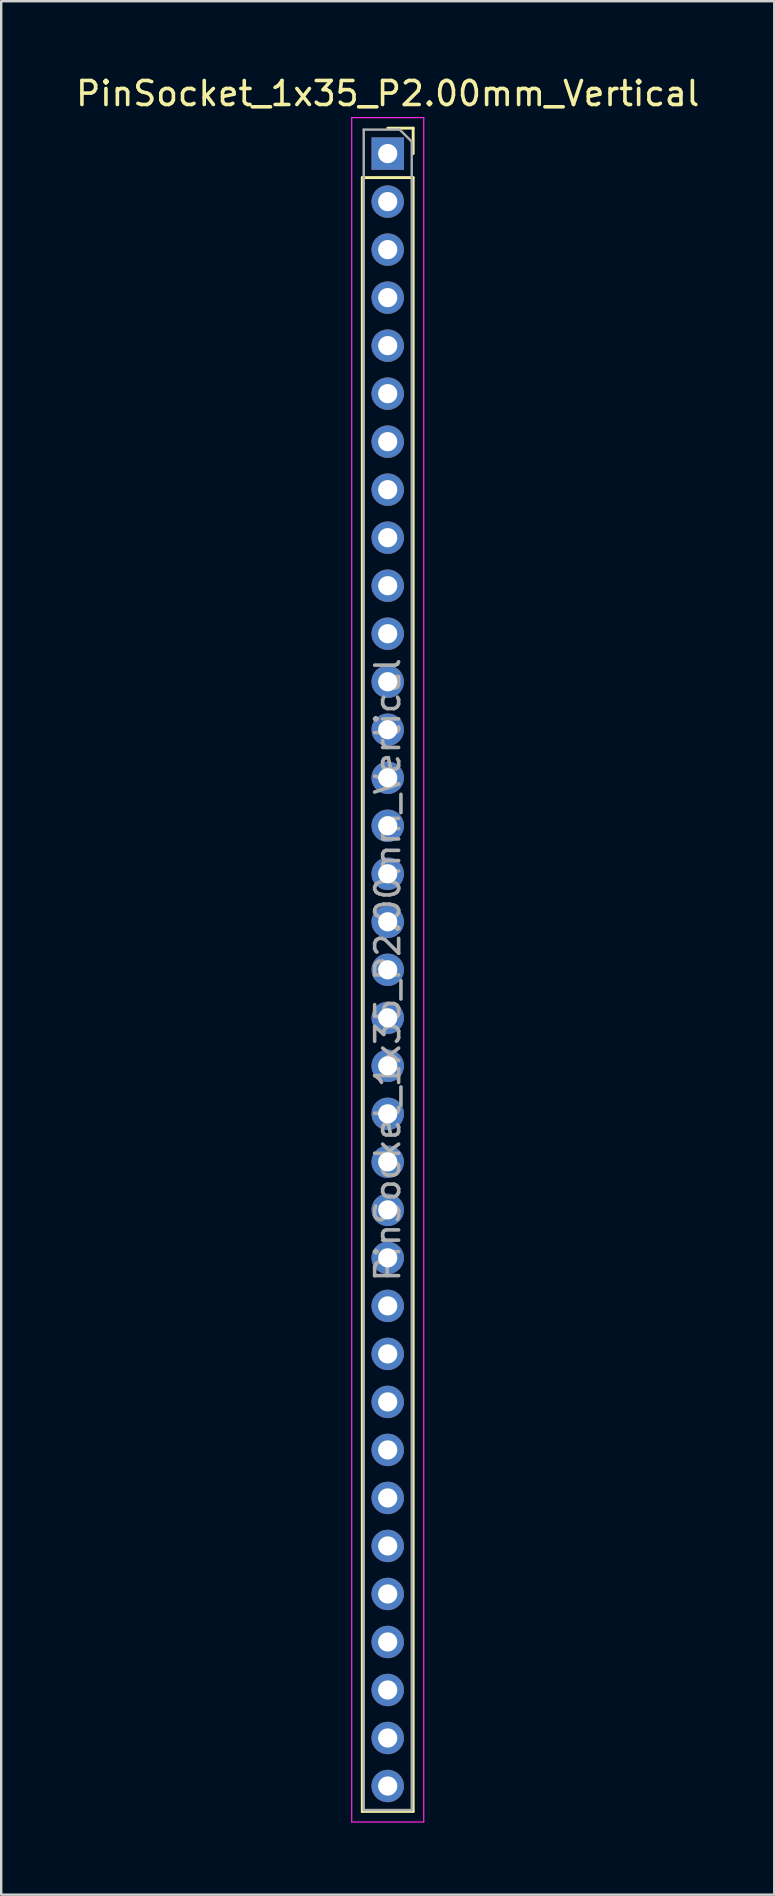
<source format=kicad_pcb>
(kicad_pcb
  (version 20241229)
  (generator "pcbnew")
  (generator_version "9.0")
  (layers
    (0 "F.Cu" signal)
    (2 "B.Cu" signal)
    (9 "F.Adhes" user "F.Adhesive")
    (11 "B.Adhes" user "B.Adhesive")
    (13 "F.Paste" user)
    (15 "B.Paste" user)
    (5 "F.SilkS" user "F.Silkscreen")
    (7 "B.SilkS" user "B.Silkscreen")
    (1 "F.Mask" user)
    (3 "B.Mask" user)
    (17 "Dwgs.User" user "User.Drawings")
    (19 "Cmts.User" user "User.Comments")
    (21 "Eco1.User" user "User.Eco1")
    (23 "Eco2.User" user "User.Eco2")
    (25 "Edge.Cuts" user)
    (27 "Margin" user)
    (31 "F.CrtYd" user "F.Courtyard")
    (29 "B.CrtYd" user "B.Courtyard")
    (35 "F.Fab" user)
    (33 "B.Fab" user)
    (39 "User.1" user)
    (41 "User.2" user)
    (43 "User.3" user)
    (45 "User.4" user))
  (footprint "PinSocket_1x35_P2.00mm_Vertical"
    (layer "F.Cu")
    (at 13.101 3.348)
    (property "Reference" "PinSocket_1x35_P2.00mm_Vertical" (at 0 -2.5 0) (layer "F.SilkS") (effects (font (size 1 1) (thickness 0.15))))
    (attr through_hole)
    (fp_line (start -1.06 1) (end -1.06 69.06) (stroke (width 0.12) (type solid)) (layer "F.SilkS"))
    (fp_line (start -1.06 1) (end 1.06 1) (stroke (width 0.12) (type solid)) (layer "F.SilkS"))
    (fp_line (start -1.06 69.06) (end 1.06 69.06) (stroke (width 0.12) (type solid)) (layer "F.SilkS"))
    (fp_line (start 0 -1.06) (end 1.06 -1.06) (stroke (width 0.12) (type solid)) (layer "F.SilkS"))
    (fp_line (start 1.06 -1.06) (end 1.06 0) (stroke (width 0.12) (type solid)) (layer "F.SilkS"))
    (fp_line (start 1.06 1) (end 1.06 69.06) (stroke (width 0.12) (type solid)) (layer "F.SilkS"))
    (fp_line (start -1.5 -1.5) (end 1.5 -1.5) (stroke (width 0.05) (type solid)) (layer "F.CrtYd"))
    (fp_line (start -1.5 69.5) (end -1.5 -1.5) (stroke (width 0.05) (type solid)) (layer "F.CrtYd"))
    (fp_line (start 1.5 -1.5) (end 1.5 69.5) (stroke (width 0.05) (type solid)) (layer "F.CrtYd"))
    (fp_line (start 1.5 69.5) (end -1.5 69.5) (stroke (width 0.05) (type solid)) (layer "F.CrtYd"))
    (fp_line (start -1 -1) (end 0.5 -1) (stroke (width 0.1) (type solid)) (layer "F.Fab"))
    (fp_line (start -1 69) (end -1 -1) (stroke (width 0.1) (type solid)) (layer "F.Fab"))
    (fp_line (start 0.5 -1) (end 1 -0.5) (stroke (width 0.1) (type solid)) (layer "F.Fab"))
    (fp_line (start 1 -0.5) (end 1 69) (stroke (width 0.1) (type solid)) (layer "F.Fab"))
    (fp_line (start 1 69) (end -1 69) (stroke (width 0.1) (type solid)) (layer "F.Fab"))
    (fp_text user "${REFERENCE}" (at 0 34 90) (layer "F.Fab") (effects (font (size 1 1) (thickness 0.15))))
    (pad "1" thru_hole rect (at 0 0) (size 1.35 1.35) (drill 0.8) (layers "*.Cu" "*.Mask"))
    (pad "2" thru_hole oval (at 0 2) (size 1.35 1.35) (drill 0.8) (layers "*.Cu" "*.Mask"))
    (pad "3" thru_hole oval (at 0 4) (size 1.35 1.35) (drill 0.8) (layers "*.Cu" "*.Mask"))
    (pad "4" thru_hole oval (at 0 6) (size 1.35 1.35) (drill 0.8) (layers "*.Cu" "*.Mask"))
    (pad "5" thru_hole oval (at 0 8) (size 1.35 1.35) (drill 0.8) (layers "*.Cu" "*.Mask"))
    (pad "6" thru_hole oval (at 0 10) (size 1.35 1.35) (drill 0.8) (layers "*.Cu" "*.Mask"))
    (pad "7" thru_hole oval (at 0 12) (size 1.35 1.35) (drill 0.8) (layers "*.Cu" "*.Mask"))
    (pad "8" thru_hole oval (at 0 14) (size 1.35 1.35) (drill 0.8) (layers "*.Cu" "*.Mask"))
    (pad "9" thru_hole oval (at 0 16) (size 1.35 1.35) (drill 0.8) (layers "*.Cu" "*.Mask"))
    (pad "10" thru_hole oval (at 0 18) (size 1.35 1.35) (drill 0.8) (layers "*.Cu" "*.Mask"))
    (pad "11" thru_hole oval (at 0 20) (size 1.35 1.35) (drill 0.8) (layers "*.Cu" "*.Mask"))
    (pad "12" thru_hole oval (at 0 22) (size 1.35 1.35) (drill 0.8) (layers "*.Cu" "*.Mask"))
    (pad "13" thru_hole oval (at 0 24) (size 1.35 1.35) (drill 0.8) (layers "*.Cu" "*.Mask"))
    (pad "14" thru_hole oval (at 0 26) (size 1.35 1.35) (drill 0.8) (layers "*.Cu" "*.Mask"))
    (pad "15" thru_hole oval (at 0 28) (size 1.35 1.35) (drill 0.8) (layers "*.Cu" "*.Mask"))
    (pad "16" thru_hole oval (at 0 30) (size 1.35 1.35) (drill 0.8) (layers "*.Cu" "*.Mask"))
    (pad "17" thru_hole oval (at 0 32) (size 1.35 1.35) (drill 0.8) (layers "*.Cu" "*.Mask"))
    (pad "18" thru_hole oval (at 0 34) (size 1.35 1.35) (drill 0.8) (layers "*.Cu" "*.Mask"))
    (pad "19" thru_hole oval (at 0 36) (size 1.35 1.35) (drill 0.8) (layers "*.Cu" "*.Mask"))
    (pad "20" thru_hole oval (at 0 38) (size 1.35 1.35) (drill 0.8) (layers "*.Cu" "*.Mask"))
    (pad "21" thru_hole oval (at 0 40) (size 1.35 1.35) (drill 0.8) (layers "*.Cu" "*.Mask"))
    (pad "22" thru_hole oval (at 0 42) (size 1.35 1.35) (drill 0.8) (layers "*.Cu" "*.Mask"))
    (pad "23" thru_hole oval (at 0 44) (size 1.35 1.35) (drill 0.8) (layers "*.Cu" "*.Mask"))
    (pad "24" thru_hole oval (at 0 46) (size 1.35 1.35) (drill 0.8) (layers "*.Cu" "*.Mask"))
    (pad "25" thru_hole oval (at 0 48) (size 1.35 1.35) (drill 0.8) (layers "*.Cu" "*.Mask"))
    (pad "26" thru_hole oval (at 0 50) (size 1.35 1.35) (drill 0.8) (layers "*.Cu" "*.Mask"))
    (pad "27" thru_hole oval (at 0 52) (size 1.35 1.35) (drill 0.8) (layers "*.Cu" "*.Mask"))
    (pad "28" thru_hole oval (at 0 54) (size 1.35 1.35) (drill 0.8) (layers "*.Cu" "*.Mask"))
    (pad "29" thru_hole oval (at 0 56) (size 1.35 1.35) (drill 0.8) (layers "*.Cu" "*.Mask"))
    (pad "30" thru_hole oval (at 0 58) (size 1.35 1.35) (drill 0.8) (layers "*.Cu" "*.Mask"))
    (pad "31" thru_hole oval (at 0 60) (size 1.35 1.35) (drill 0.8) (layers "*.Cu" "*.Mask"))
    (pad "32" thru_hole oval (at 0 62) (size 1.35 1.35) (drill 0.8) (layers "*.Cu" "*.Mask"))
    (pad "33" thru_hole oval (at 0 64) (size 1.35 1.35) (drill 0.8) (layers "*.Cu" "*.Mask"))
    (pad "34" thru_hole oval (at 0 66) (size 1.35 1.35) (drill 0.8) (layers "*.Cu" "*.Mask"))
    (pad "35" thru_hole oval (at 0 68) (size 1.35 1.35) (drill 0.8) (layers "*.Cu" "*.Mask")))
  (gr_rect
    (start -3 -3)
    (end 29.202 75.873)
    (stroke (width 0.1) (type default))
    (fill no)
    (layer "Edge.Cuts")))
</source>
